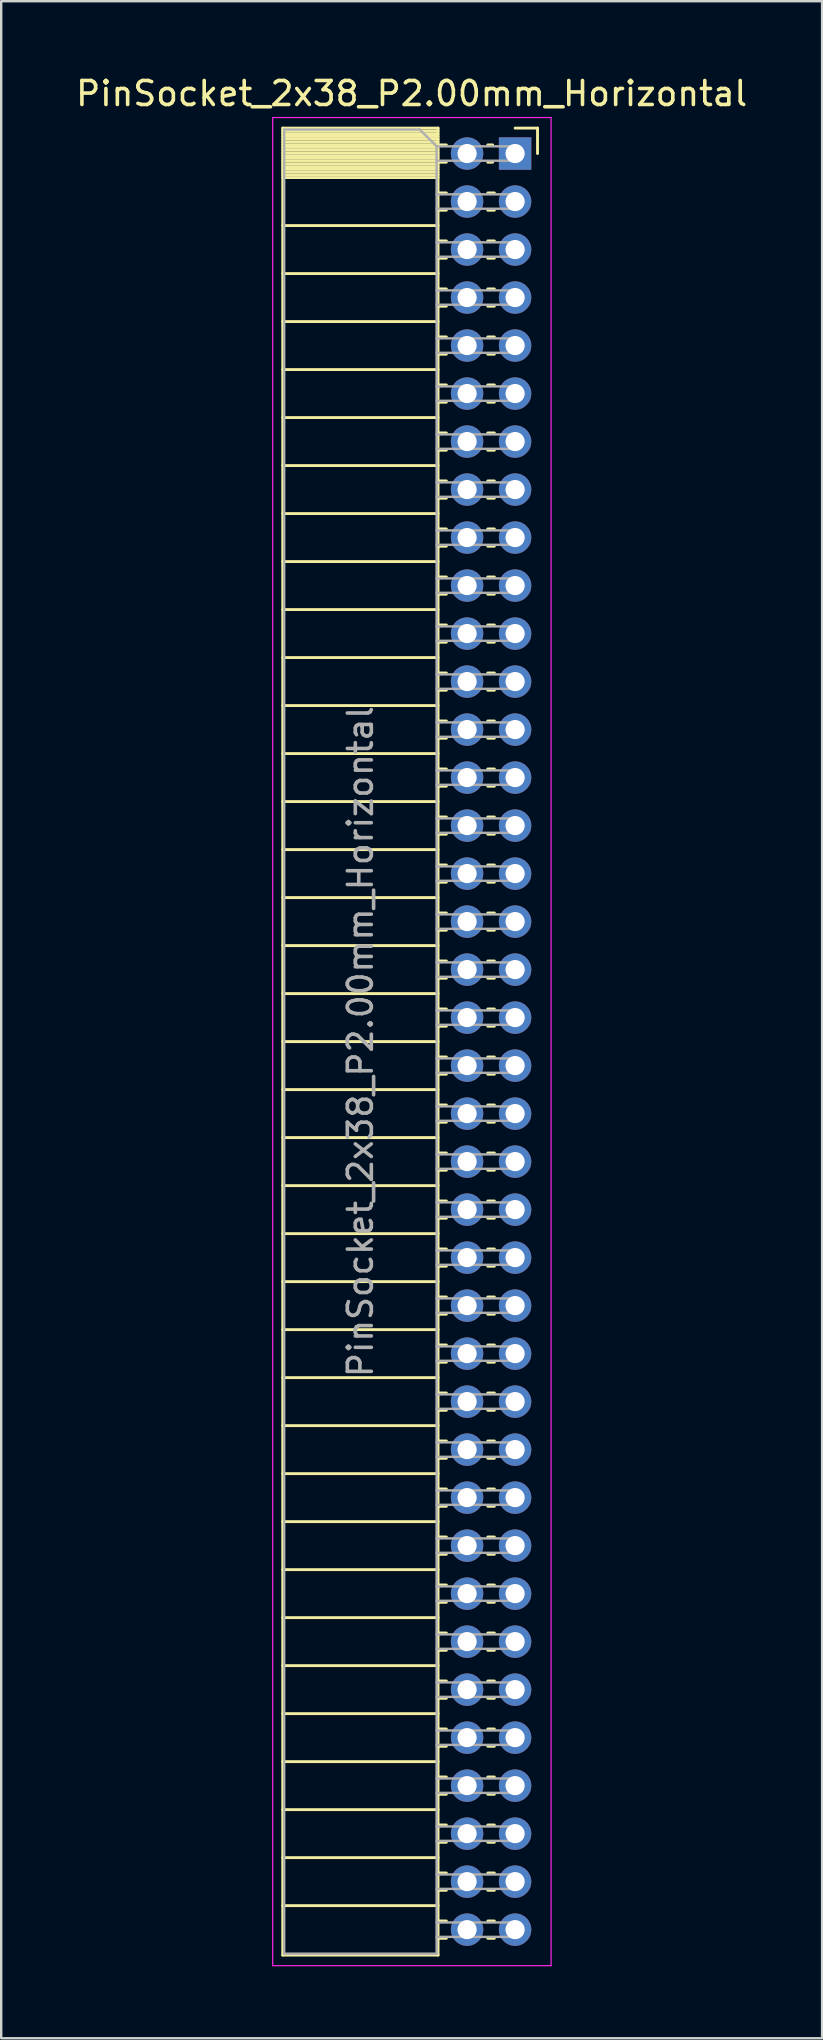
<source format=kicad_pcb>
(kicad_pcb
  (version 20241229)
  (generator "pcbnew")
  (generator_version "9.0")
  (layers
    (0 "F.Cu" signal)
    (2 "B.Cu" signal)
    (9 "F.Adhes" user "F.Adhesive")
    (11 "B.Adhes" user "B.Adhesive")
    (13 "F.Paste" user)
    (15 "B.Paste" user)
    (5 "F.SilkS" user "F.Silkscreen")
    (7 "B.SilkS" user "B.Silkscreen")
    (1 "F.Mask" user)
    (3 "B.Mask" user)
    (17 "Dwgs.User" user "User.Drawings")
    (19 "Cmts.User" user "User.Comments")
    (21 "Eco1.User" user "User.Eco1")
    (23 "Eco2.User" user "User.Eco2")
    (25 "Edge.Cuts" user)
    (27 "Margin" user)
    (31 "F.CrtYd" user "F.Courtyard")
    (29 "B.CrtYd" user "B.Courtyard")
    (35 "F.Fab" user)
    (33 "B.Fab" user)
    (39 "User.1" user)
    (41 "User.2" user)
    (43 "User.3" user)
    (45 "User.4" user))
  (footprint "PinSocket_2x38_P2.00mm_Horizontal"
    (layer "F.Cu")
    (at 18.411 3.348)
    (property "Reference" "PinSocket_2x38_P2.00mm_Horizontal" (at -4.31 -2.5 0) (layer "F.SilkS") (effects (font (size 1 1) (thickness 0.15))))
    (attr through_hole)
    (fp_line (start -9.68 -1.06) (end -9.68 75.06) (stroke (width 0.12) (type solid)) (layer "F.SilkS"))
    (fp_line (start -9.68 -1.06) (end -3.21 -1.06) (stroke (width 0.12) (type solid)) (layer "F.SilkS"))
    (fp_line (start -9.68 -0.94) (end -3.21 -0.94) (stroke (width 0.12) (type solid)) (layer "F.SilkS"))
    (fp_line (start -9.68 -0.826) (end -3.21 -0.826) (stroke (width 0.12) (type solid)) (layer "F.SilkS"))
    (fp_line (start -9.68 -0.712) (end -3.21 -0.712) (stroke (width 0.12) (type solid)) (layer "F.SilkS"))
    (fp_line (start -9.68 -0.598) (end -3.21 -0.598) (stroke (width 0.12) (type solid)) (layer "F.SilkS"))
    (fp_line (start -9.68 -0.484) (end -3.21 -0.484) (stroke (width 0.12) (type solid)) (layer "F.SilkS"))
    (fp_line (start -9.68 -0.369) (end -3.21 -0.369) (stroke (width 0.12) (type solid)) (layer "F.SilkS"))
    (fp_line (start -9.68 -0.255) (end -3.21 -0.255) (stroke (width 0.12) (type solid)) (layer "F.SilkS"))
    (fp_line (start -9.68 -0.141) (end -3.21 -0.141) (stroke (width 0.12) (type solid)) (layer "F.SilkS"))
    (fp_line (start -9.68 -0.027) (end -3.21 -0.027) (stroke (width 0.12) (type solid)) (layer "F.SilkS"))
    (fp_line (start -9.68 0.087) (end -3.21 0.087) (stroke (width 0.12) (type solid)) (layer "F.SilkS"))
    (fp_line (start -9.68 0.201) (end -3.21 0.201) (stroke (width 0.12) (type solid)) (layer "F.SilkS"))
    (fp_line (start -9.68 0.315) (end -3.21 0.315) (stroke (width 0.12) (type solid)) (layer "F.SilkS"))
    (fp_line (start -9.68 0.429) (end -3.21 0.429) (stroke (width 0.12) (type solid)) (layer "F.SilkS"))
    (fp_line (start -9.68 0.544) (end -3.21 0.544) (stroke (width 0.12) (type solid)) (layer "F.SilkS"))
    (fp_line (start -9.68 0.658) (end -3.21 0.658) (stroke (width 0.12) (type solid)) (layer "F.SilkS"))
    (fp_line (start -9.68 0.772) (end -3.21 0.772) (stroke (width 0.12) (type solid)) (layer "F.SilkS"))
    (fp_line (start -9.68 0.886) (end -3.21 0.886) (stroke (width 0.12) (type solid)) (layer "F.SilkS"))
    (fp_line (start -9.68 1) (end -3.21 1) (stroke (width 0.12) (type solid)) (layer "F.SilkS"))
    (fp_line (start -9.68 3) (end -3.21 3) (stroke (width 0.12) (type solid)) (layer "F.SilkS"))
    (fp_line (start -9.68 5) (end -3.21 5) (stroke (width 0.12) (type solid)) (layer "F.SilkS"))
    (fp_line (start -9.68 7) (end -3.21 7) (stroke (width 0.12) (type solid)) (layer "F.SilkS"))
    (fp_line (start -9.68 9) (end -3.21 9) (stroke (width 0.12) (type solid)) (layer "F.SilkS"))
    (fp_line (start -9.68 11) (end -3.21 11) (stroke (width 0.12) (type solid)) (layer "F.SilkS"))
    (fp_line (start -9.68 13) (end -3.21 13) (stroke (width 0.12) (type solid)) (layer "F.SilkS"))
    (fp_line (start -9.68 15) (end -3.21 15) (stroke (width 0.12) (type solid)) (layer "F.SilkS"))
    (fp_line (start -9.68 17) (end -3.21 17) (stroke (width 0.12) (type solid)) (layer "F.SilkS"))
    (fp_line (start -9.68 19) (end -3.21 19) (stroke (width 0.12) (type solid)) (layer "F.SilkS"))
    (fp_line (start -9.68 21) (end -3.21 21) (stroke (width 0.12) (type solid)) (layer "F.SilkS"))
    (fp_line (start -9.68 23) (end -3.21 23) (stroke (width 0.12) (type solid)) (layer "F.SilkS"))
    (fp_line (start -9.68 25) (end -3.21 25) (stroke (width 0.12) (type solid)) (layer "F.SilkS"))
    (fp_line (start -9.68 27) (end -3.21 27) (stroke (width 0.12) (type solid)) (layer "F.SilkS"))
    (fp_line (start -9.68 29) (end -3.21 29) (stroke (width 0.12) (type solid)) (layer "F.SilkS"))
    (fp_line (start -9.68 31) (end -3.21 31) (stroke (width 0.12) (type solid)) (layer "F.SilkS"))
    (fp_line (start -9.68 33) (end -3.21 33) (stroke (width 0.12) (type solid)) (layer "F.SilkS"))
    (fp_line (start -9.68 35) (end -3.21 35) (stroke (width 0.12) (type solid)) (layer "F.SilkS"))
    (fp_line (start -9.68 37) (end -3.21 37) (stroke (width 0.12) (type solid)) (layer "F.SilkS"))
    (fp_line (start -9.68 39) (end -3.21 39) (stroke (width 0.12) (type solid)) (layer "F.SilkS"))
    (fp_line (start -9.68 41) (end -3.21 41) (stroke (width 0.12) (type solid)) (layer "F.SilkS"))
    (fp_line (start -9.68 43) (end -3.21 43) (stroke (width 0.12) (type solid)) (layer "F.SilkS"))
    (fp_line (start -9.68 45) (end -3.21 45) (stroke (width 0.12) (type solid)) (layer "F.SilkS"))
    (fp_line (start -9.68 47) (end -3.21 47) (stroke (width 0.12) (type solid)) (layer "F.SilkS"))
    (fp_line (start -9.68 49) (end -3.21 49) (stroke (width 0.12) (type solid)) (layer "F.SilkS"))
    (fp_line (start -9.68 51) (end -3.21 51) (stroke (width 0.12) (type solid)) (layer "F.SilkS"))
    (fp_line (start -9.68 53) (end -3.21 53) (stroke (width 0.12) (type solid)) (layer "F.SilkS"))
    (fp_line (start -9.68 55) (end -3.21 55) (stroke (width 0.12) (type solid)) (layer "F.SilkS"))
    (fp_line (start -9.68 57) (end -3.21 57) (stroke (width 0.12) (type solid)) (layer "F.SilkS"))
    (fp_line (start -9.68 59) (end -3.21 59) (stroke (width 0.12) (type solid)) (layer "F.SilkS"))
    (fp_line (start -9.68 61) (end -3.21 61) (stroke (width 0.12) (type solid)) (layer "F.SilkS"))
    (fp_line (start -9.68 63) (end -3.21 63) (stroke (width 0.12) (type solid)) (layer "F.SilkS"))
    (fp_line (start -9.68 65) (end -3.21 65) (stroke (width 0.12) (type solid)) (layer "F.SilkS"))
    (fp_line (start -9.68 67) (end -3.21 67) (stroke (width 0.12) (type solid)) (layer "F.SilkS"))
    (fp_line (start -9.68 69) (end -3.21 69) (stroke (width 0.12) (type solid)) (layer "F.SilkS"))
    (fp_line (start -9.68 71) (end -3.21 71) (stroke (width 0.12) (type solid)) (layer "F.SilkS"))
    (fp_line (start -9.68 73) (end -3.21 73) (stroke (width 0.12) (type solid)) (layer "F.SilkS"))
    (fp_line (start -9.68 75.06) (end -3.21 75.06) (stroke (width 0.12) (type solid)) (layer "F.SilkS"))
    (fp_line (start -3.21 -1.06) (end -3.21 75.06) (stroke (width 0.12) (type solid)) (layer "F.SilkS"))
    (fp_line (start -3.21 -0.36) (end -2.863 -0.36) (stroke (width 0.12) (type solid)) (layer "F.SilkS"))
    (fp_line (start -3.21 0.36) (end -2.863 0.36) (stroke (width 0.12) (type solid)) (layer "F.SilkS"))
    (fp_line (start -3.21 1.64) (end -2.863 1.64) (stroke (width 0.12) (type solid)) (layer "F.SilkS"))
    (fp_line (start -3.21 2.36) (end -2.863 2.36) (stroke (width 0.12) (type solid)) (layer "F.SilkS"))
    (fp_line (start -3.21 3.64) (end -2.863 3.64) (stroke (width 0.12) (type solid)) (layer "F.SilkS"))
    (fp_line (start -3.21 4.36) (end -2.863 4.36) (stroke (width 0.12) (type solid)) (layer "F.SilkS"))
    (fp_line (start -3.21 5.64) (end -2.863 5.64) (stroke (width 0.12) (type solid)) (layer "F.SilkS"))
    (fp_line (start -3.21 6.36) (end -2.863 6.36) (stroke (width 0.12) (type solid)) (layer "F.SilkS"))
    (fp_line (start -3.21 7.64) (end -2.863 7.64) (stroke (width 0.12) (type solid)) (layer "F.SilkS"))
    (fp_line (start -3.21 8.36) (end -2.863 8.36) (stroke (width 0.12) (type solid)) (layer "F.SilkS"))
    (fp_line (start -3.21 9.64) (end -2.863 9.64) (stroke (width 0.12) (type solid)) (layer "F.SilkS"))
    (fp_line (start -3.21 10.36) (end -2.863 10.36) (stroke (width 0.12) (type solid)) (layer "F.SilkS"))
    (fp_line (start -3.21 11.64) (end -2.863 11.64) (stroke (width 0.12) (type solid)) (layer "F.SilkS"))
    (fp_line (start -3.21 12.36) (end -2.863 12.36) (stroke (width 0.12) (type solid)) (layer "F.SilkS"))
    (fp_line (start -3.21 13.64) (end -2.863 13.64) (stroke (width 0.12) (type solid)) (layer "F.SilkS"))
    (fp_line (start -3.21 14.36) (end -2.863 14.36) (stroke (width 0.12) (type solid)) (layer "F.SilkS"))
    (fp_line (start -3.21 15.64) (end -2.863 15.64) (stroke (width 0.12) (type solid)) (layer "F.SilkS"))
    (fp_line (start -3.21 16.36) (end -2.863 16.36) (stroke (width 0.12) (type solid)) (layer "F.SilkS"))
    (fp_line (start -3.21 17.64) (end -2.863 17.64) (stroke (width 0.12) (type solid)) (layer "F.SilkS"))
    (fp_line (start -3.21 18.36) (end -2.863 18.36) (stroke (width 0.12) (type solid)) (layer "F.SilkS"))
    (fp_line (start -3.21 19.64) (end -2.863 19.64) (stroke (width 0.12) (type solid)) (layer "F.SilkS"))
    (fp_line (start -3.21 20.36) (end -2.863 20.36) (stroke (width 0.12) (type solid)) (layer "F.SilkS"))
    (fp_line (start -3.21 21.64) (end -2.863 21.64) (stroke (width 0.12) (type solid)) (layer "F.SilkS"))
    (fp_line (start -3.21 22.36) (end -2.863 22.36) (stroke (width 0.12) (type solid)) (layer "F.SilkS"))
    (fp_line (start -3.21 23.64) (end -2.863 23.64) (stroke (width 0.12) (type solid)) (layer "F.SilkS"))
    (fp_line (start -3.21 24.36) (end -2.863 24.36) (stroke (width 0.12) (type solid)) (layer "F.SilkS"))
    (fp_line (start -3.21 25.64) (end -2.863 25.64) (stroke (width 0.12) (type solid)) (layer "F.SilkS"))
    (fp_line (start -3.21 26.36) (end -2.863 26.36) (stroke (width 0.12) (type solid)) (layer "F.SilkS"))
    (fp_line (start -3.21 27.64) (end -2.863 27.64) (stroke (width 0.12) (type solid)) (layer "F.SilkS"))
    (fp_line (start -3.21 28.36) (end -2.863 28.36) (stroke (width 0.12) (type solid)) (layer "F.SilkS"))
    (fp_line (start -3.21 29.64) (end -2.863 29.64) (stroke (width 0.12) (type solid)) (layer "F.SilkS"))
    (fp_line (start -3.21 30.36) (end -2.863 30.36) (stroke (width 0.12) (type solid)) (layer "F.SilkS"))
    (fp_line (start -3.21 31.64) (end -2.863 31.64) (stroke (width 0.12) (type solid)) (layer "F.SilkS"))
    (fp_line (start -3.21 32.36) (end -2.863 32.36) (stroke (width 0.12) (type solid)) (layer "F.SilkS"))
    (fp_line (start -3.21 33.64) (end -2.863 33.64) (stroke (width 0.12) (type solid)) (layer "F.SilkS"))
    (fp_line (start -3.21 34.36) (end -2.863 34.36) (stroke (width 0.12) (type solid)) (layer "F.SilkS"))
    (fp_line (start -3.21 35.64) (end -2.863 35.64) (stroke (width 0.12) (type solid)) (layer "F.SilkS"))
    (fp_line (start -3.21 36.36) (end -2.863 36.36) (stroke (width 0.12) (type solid)) (layer "F.SilkS"))
    (fp_line (start -3.21 37.64) (end -2.863 37.64) (stroke (width 0.12) (type solid)) (layer "F.SilkS"))
    (fp_line (start -3.21 38.36) (end -2.863 38.36) (stroke (width 0.12) (type solid)) (layer "F.SilkS"))
    (fp_line (start -3.21 39.64) (end -2.863 39.64) (stroke (width 0.12) (type solid)) (layer "F.SilkS"))
    (fp_line (start -3.21 40.36) (end -2.863 40.36) (stroke (width 0.12) (type solid)) (layer "F.SilkS"))
    (fp_line (start -3.21 41.64) (end -2.863 41.64) (stroke (width 0.12) (type solid)) (layer "F.SilkS"))
    (fp_line (start -3.21 42.36) (end -2.863 42.36) (stroke (width 0.12) (type solid)) (layer "F.SilkS"))
    (fp_line (start -3.21 43.64) (end -2.863 43.64) (stroke (width 0.12) (type solid)) (layer "F.SilkS"))
    (fp_line (start -3.21 44.36) (end -2.863 44.36) (stroke (width 0.12) (type solid)) (layer "F.SilkS"))
    (fp_line (start -3.21 45.64) (end -2.863 45.64) (stroke (width 0.12) (type solid)) (layer "F.SilkS"))
    (fp_line (start -3.21 46.36) (end -2.863 46.36) (stroke (width 0.12) (type solid)) (layer "F.SilkS"))
    (fp_line (start -3.21 47.64) (end -2.863 47.64) (stroke (width 0.12) (type solid)) (layer "F.SilkS"))
    (fp_line (start -3.21 48.36) (end -2.863 48.36) (stroke (width 0.12) (type solid)) (layer "F.SilkS"))
    (fp_line (start -3.21 49.64) (end -2.863 49.64) (stroke (width 0.12) (type solid)) (layer "F.SilkS"))
    (fp_line (start -3.21 50.36) (end -2.863 50.36) (stroke (width 0.12) (type solid)) (layer "F.SilkS"))
    (fp_line (start -3.21 51.64) (end -2.863 51.64) (stroke (width 0.12) (type solid)) (layer "F.SilkS"))
    (fp_line (start -3.21 52.36) (end -2.863 52.36) (stroke (width 0.12) (type solid)) (layer "F.SilkS"))
    (fp_line (start -3.21 53.64) (end -2.863 53.64) (stroke (width 0.12) (type solid)) (layer "F.SilkS"))
    (fp_line (start -3.21 54.36) (end -2.863 54.36) (stroke (width 0.12) (type solid)) (layer "F.SilkS"))
    (fp_line (start -3.21 55.64) (end -2.863 55.64) (stroke (width 0.12) (type solid)) (layer "F.SilkS"))
    (fp_line (start -3.21 56.36) (end -2.863 56.36) (stroke (width 0.12) (type solid)) (layer "F.SilkS"))
    (fp_line (start -3.21 57.64) (end -2.863 57.64) (stroke (width 0.12) (type solid)) (layer "F.SilkS"))
    (fp_line (start -3.21 58.36) (end -2.863 58.36) (stroke (width 0.12) (type solid)) (layer "F.SilkS"))
    (fp_line (start -3.21 59.64) (end -2.863 59.64) (stroke (width 0.12) (type solid)) (layer "F.SilkS"))
    (fp_line (start -3.21 60.36) (end -2.863 60.36) (stroke (width 0.12) (type solid)) (layer "F.SilkS"))
    (fp_line (start -3.21 61.64) (end -2.863 61.64) (stroke (width 0.12) (type solid)) (layer "F.SilkS"))
    (fp_line (start -3.21 62.36) (end -2.863 62.36) (stroke (width 0.12) (type solid)) (layer "F.SilkS"))
    (fp_line (start -3.21 63.64) (end -2.863 63.64) (stroke (width 0.12) (type solid)) (layer "F.SilkS"))
    (fp_line (start -3.21 64.36) (end -2.863 64.36) (stroke (width 0.12) (type solid)) (layer "F.SilkS"))
    (fp_line (start -3.21 65.64) (end -2.863 65.64) (stroke (width 0.12) (type solid)) (layer "F.SilkS"))
    (fp_line (start -3.21 66.36) (end -2.863 66.36) (stroke (width 0.12) (type solid)) (layer "F.SilkS"))
    (fp_line (start -3.21 67.64) (end -2.863 67.64) (stroke (width 0.12) (type solid)) (layer "F.SilkS"))
    (fp_line (start -3.21 68.36) (end -2.863 68.36) (stroke (width 0.12) (type solid)) (layer "F.SilkS"))
    (fp_line (start -3.21 69.64) (end -2.863 69.64) (stroke (width 0.12) (type solid)) (layer "F.SilkS"))
    (fp_line (start -3.21 70.36) (end -2.863 70.36) (stroke (width 0.12) (type solid)) (layer "F.SilkS"))
    (fp_line (start -3.21 71.64) (end -2.863 71.64) (stroke (width 0.12) (type solid)) (layer "F.SilkS"))
    (fp_line (start -3.21 72.36) (end -2.863 72.36) (stroke (width 0.12) (type solid)) (layer "F.SilkS"))
    (fp_line (start -3.21 73.64) (end -2.863 73.64) (stroke (width 0.12) (type solid)) (layer "F.SilkS"))
    (fp_line (start -3.21 74.36) (end -2.863 74.36) (stroke (width 0.12) (type solid)) (layer "F.SilkS"))
    (fp_line (start -1.137 -0.36) (end -0.935 -0.36) (stroke (width 0.12) (type solid)) (layer "F.SilkS"))
    (fp_line (start -1.137 0.36) (end -0.935 0.36) (stroke (width 0.12) (type solid)) (layer "F.SilkS"))
    (fp_line (start -1.137 1.64) (end -0.863 1.64) (stroke (width 0.12) (type solid)) (layer "F.SilkS"))
    (fp_line (start -1.137 2.36) (end -0.863 2.36) (stroke (width 0.12) (type solid)) (layer "F.SilkS"))
    (fp_line (start -1.137 3.64) (end -0.863 3.64) (stroke (width 0.12) (type solid)) (layer "F.SilkS"))
    (fp_line (start -1.137 4.36) (end -0.863 4.36) (stroke (width 0.12) (type solid)) (layer "F.SilkS"))
    (fp_line (start -1.137 5.64) (end -0.863 5.64) (stroke (width 0.12) (type solid)) (layer "F.SilkS"))
    (fp_line (start -1.137 6.36) (end -0.863 6.36) (stroke (width 0.12) (type solid)) (layer "F.SilkS"))
    (fp_line (start -1.137 7.64) (end -0.863 7.64) (stroke (width 0.12) (type solid)) (layer "F.SilkS"))
    (fp_line (start -1.137 8.36) (end -0.863 8.36) (stroke (width 0.12) (type solid)) (layer "F.SilkS"))
    (fp_line (start -1.137 9.64) (end -0.863 9.64) (stroke (width 0.12) (type solid)) (layer "F.SilkS"))
    (fp_line (start -1.137 10.36) (end -0.863 10.36) (stroke (width 0.12) (type solid)) (layer "F.SilkS"))
    (fp_line (start -1.137 11.64) (end -0.863 11.64) (stroke (width 0.12) (type solid)) (layer "F.SilkS"))
    (fp_line (start -1.137 12.36) (end -0.863 12.36) (stroke (width 0.12) (type solid)) (layer "F.SilkS"))
    (fp_line (start -1.137 13.64) (end -0.863 13.64) (stroke (width 0.12) (type solid)) (layer "F.SilkS"))
    (fp_line (start -1.137 14.36) (end -0.863 14.36) (stroke (width 0.12) (type solid)) (layer "F.SilkS"))
    (fp_line (start -1.137 15.64) (end -0.863 15.64) (stroke (width 0.12) (type solid)) (layer "F.SilkS"))
    (fp_line (start -1.137 16.36) (end -0.863 16.36) (stroke (width 0.12) (type solid)) (layer "F.SilkS"))
    (fp_line (start -1.137 17.64) (end -0.863 17.64) (stroke (width 0.12) (type solid)) (layer "F.SilkS"))
    (fp_line (start -1.137 18.36) (end -0.863 18.36) (stroke (width 0.12) (type solid)) (layer "F.SilkS"))
    (fp_line (start -1.137 19.64) (end -0.863 19.64) (stroke (width 0.12) (type solid)) (layer "F.SilkS"))
    (fp_line (start -1.137 20.36) (end -0.863 20.36) (stroke (width 0.12) (type solid)) (layer "F.SilkS"))
    (fp_line (start -1.137 21.64) (end -0.863 21.64) (stroke (width 0.12) (type solid)) (layer "F.SilkS"))
    (fp_line (start -1.137 22.36) (end -0.863 22.36) (stroke (width 0.12) (type solid)) (layer "F.SilkS"))
    (fp_line (start -1.137 23.64) (end -0.863 23.64) (stroke (width 0.12) (type solid)) (layer "F.SilkS"))
    (fp_line (start -1.137 24.36) (end -0.863 24.36) (stroke (width 0.12) (type solid)) (layer "F.SilkS"))
    (fp_line (start -1.137 25.64) (end -0.863 25.64) (stroke (width 0.12) (type solid)) (layer "F.SilkS"))
    (fp_line (start -1.137 26.36) (end -0.863 26.36) (stroke (width 0.12) (type solid)) (layer "F.SilkS"))
    (fp_line (start -1.137 27.64) (end -0.863 27.64) (stroke (width 0.12) (type solid)) (layer "F.SilkS"))
    (fp_line (start -1.137 28.36) (end -0.863 28.36) (stroke (width 0.12) (type solid)) (layer "F.SilkS"))
    (fp_line (start -1.137 29.64) (end -0.863 29.64) (stroke (width 0.12) (type solid)) (layer "F.SilkS"))
    (fp_line (start -1.137 30.36) (end -0.863 30.36) (stroke (width 0.12) (type solid)) (layer "F.SilkS"))
    (fp_line (start -1.137 31.64) (end -0.863 31.64) (stroke (width 0.12) (type solid)) (layer "F.SilkS"))
    (fp_line (start -1.137 32.36) (end -0.863 32.36) (stroke (width 0.12) (type solid)) (layer "F.SilkS"))
    (fp_line (start -1.137 33.64) (end -0.863 33.64) (stroke (width 0.12) (type solid)) (layer "F.SilkS"))
    (fp_line (start -1.137 34.36) (end -0.863 34.36) (stroke (width 0.12) (type solid)) (layer "F.SilkS"))
    (fp_line (start -1.137 35.64) (end -0.863 35.64) (stroke (width 0.12) (type solid)) (layer "F.SilkS"))
    (fp_line (start -1.137 36.36) (end -0.863 36.36) (stroke (width 0.12) (type solid)) (layer "F.SilkS"))
    (fp_line (start -1.137 37.64) (end -0.863 37.64) (stroke (width 0.12) (type solid)) (layer "F.SilkS"))
    (fp_line (start -1.137 38.36) (end -0.863 38.36) (stroke (width 0.12) (type solid)) (layer "F.SilkS"))
    (fp_line (start -1.137 39.64) (end -0.863 39.64) (stroke (width 0.12) (type solid)) (layer "F.SilkS"))
    (fp_line (start -1.137 40.36) (end -0.863 40.36) (stroke (width 0.12) (type solid)) (layer "F.SilkS"))
    (fp_line (start -1.137 41.64) (end -0.863 41.64) (stroke (width 0.12) (type solid)) (layer "F.SilkS"))
    (fp_line (start -1.137 42.36) (end -0.863 42.36) (stroke (width 0.12) (type solid)) (layer "F.SilkS"))
    (fp_line (start -1.137 43.64) (end -0.863 43.64) (stroke (width 0.12) (type solid)) (layer "F.SilkS"))
    (fp_line (start -1.137 44.36) (end -0.863 44.36) (stroke (width 0.12) (type solid)) (layer "F.SilkS"))
    (fp_line (start -1.137 45.64) (end -0.863 45.64) (stroke (width 0.12) (type solid)) (layer "F.SilkS"))
    (fp_line (start -1.137 46.36) (end -0.863 46.36) (stroke (width 0.12) (type solid)) (layer "F.SilkS"))
    (fp_line (start -1.137 47.64) (end -0.863 47.64) (stroke (width 0.12) (type solid)) (layer "F.SilkS"))
    (fp_line (start -1.137 48.36) (end -0.863 48.36) (stroke (width 0.12) (type solid)) (layer "F.SilkS"))
    (fp_line (start -1.137 49.64) (end -0.863 49.64) (stroke (width 0.12) (type solid)) (layer "F.SilkS"))
    (fp_line (start -1.137 50.36) (end -0.863 50.36) (stroke (width 0.12) (type solid)) (layer "F.SilkS"))
    (fp_line (start -1.137 51.64) (end -0.863 51.64) (stroke (width 0.12) (type solid)) (layer "F.SilkS"))
    (fp_line (start -1.137 52.36) (end -0.863 52.36) (stroke (width 0.12) (type solid)) (layer "F.SilkS"))
    (fp_line (start -1.137 53.64) (end -0.863 53.64) (stroke (width 0.12) (type solid)) (layer "F.SilkS"))
    (fp_line (start -1.137 54.36) (end -0.863 54.36) (stroke (width 0.12) (type solid)) (layer "F.SilkS"))
    (fp_line (start -1.137 55.64) (end -0.863 55.64) (stroke (width 0.12) (type solid)) (layer "F.SilkS"))
    (fp_line (start -1.137 56.36) (end -0.863 56.36) (stroke (width 0.12) (type solid)) (layer "F.SilkS"))
    (fp_line (start -1.137 57.64) (end -0.863 57.64) (stroke (width 0.12) (type solid)) (layer "F.SilkS"))
    (fp_line (start -1.137 58.36) (end -0.863 58.36) (stroke (width 0.12) (type solid)) (layer "F.SilkS"))
    (fp_line (start -1.137 59.64) (end -0.863 59.64) (stroke (width 0.12) (type solid)) (layer "F.SilkS"))
    (fp_line (start -1.137 60.36) (end -0.863 60.36) (stroke (width 0.12) (type solid)) (layer "F.SilkS"))
    (fp_line (start -1.137 61.64) (end -0.863 61.64) (stroke (width 0.12) (type solid)) (layer "F.SilkS"))
    (fp_line (start -1.137 62.36) (end -0.863 62.36) (stroke (width 0.12) (type solid)) (layer "F.SilkS"))
    (fp_line (start -1.137 63.64) (end -0.863 63.64) (stroke (width 0.12) (type solid)) (layer "F.SilkS"))
    (fp_line (start -1.137 64.36) (end -0.863 64.36) (stroke (width 0.12) (type solid)) (layer "F.SilkS"))
    (fp_line (start -1.137 65.64) (end -0.863 65.64) (stroke (width 0.12) (type solid)) (layer "F.SilkS"))
    (fp_line (start -1.137 66.36) (end -0.863 66.36) (stroke (width 0.12) (type solid)) (layer "F.SilkS"))
    (fp_line (start -1.137 67.64) (end -0.863 67.64) (stroke (width 0.12) (type solid)) (layer "F.SilkS"))
    (fp_line (start -1.137 68.36) (end -0.863 68.36) (stroke (width 0.12) (type solid)) (layer "F.SilkS"))
    (fp_line (start -1.137 69.64) (end -0.863 69.64) (stroke (width 0.12) (type solid)) (layer "F.SilkS"))
    (fp_line (start -1.137 70.36) (end -0.863 70.36) (stroke (width 0.12) (type solid)) (layer "F.SilkS"))
    (fp_line (start -1.137 71.64) (end -0.863 71.64) (stroke (width 0.12) (type solid)) (layer "F.SilkS"))
    (fp_line (start -1.137 72.36) (end -0.863 72.36) (stroke (width 0.12) (type solid)) (layer "F.SilkS"))
    (fp_line (start -1.137 73.64) (end -0.863 73.64) (stroke (width 0.12) (type solid)) (layer "F.SilkS"))
    (fp_line (start -1.137 74.36) (end -0.863 74.36) (stroke (width 0.12) (type solid)) (layer "F.SilkS"))
    (fp_line (start 0 -1.06) (end 0.935 -1.06) (stroke (width 0.12) (type solid)) (layer "F.SilkS"))
    (fp_line (start 0.935 -1.06) (end 0.935 0) (stroke (width 0.12) (type solid)) (layer "F.SilkS"))
    (fp_line (start -10.1 -1.5) (end -10.1 75.5) (stroke (width 0.05) (type solid)) (layer "F.CrtYd"))
    (fp_line (start -10.1 75.5) (end 1.5 75.5) (stroke (width 0.05) (type solid)) (layer "F.CrtYd"))
    (fp_line (start 1.5 -1.5) (end -10.1 -1.5) (stroke (width 0.05) (type solid)) (layer "F.CrtYd"))
    (fp_line (start 1.5 75.5) (end 1.5 -1.5) (stroke (width 0.05) (type solid)) (layer "F.CrtYd"))
    (fp_line (start -9.62 -1) (end -3.97 -1) (stroke (width 0.1) (type solid)) (layer "F.Fab"))
    (fp_line (start -9.62 75) (end -9.62 -1) (stroke (width 0.1) (type solid)) (layer "F.Fab"))
    (fp_line (start -3.97 -1) (end -3.27 -0.3) (stroke (width 0.1) (type solid)) (layer "F.Fab"))
    (fp_line (start -3.27 -0.3) (end -3.27 75) (stroke (width 0.1) (type solid)) (layer "F.Fab"))
    (fp_line (start -3.27 0.3) (end 0 0.3) (stroke (width 0.1) (type solid)) (layer "F.Fab"))
    (fp_line (start -3.27 2.3) (end 0 2.3) (stroke (width 0.1) (type solid)) (layer "F.Fab"))
    (fp_line (start -3.27 4.3) (end 0 4.3) (stroke (width 0.1) (type solid)) (layer "F.Fab"))
    (fp_line (start -3.27 6.3) (end 0 6.3) (stroke (width 0.1) (type solid)) (layer "F.Fab"))
    (fp_line (start -3.27 8.3) (end 0 8.3) (stroke (width 0.1) (type solid)) (layer "F.Fab"))
    (fp_line (start -3.27 10.3) (end 0 10.3) (stroke (width 0.1) (type solid)) (layer "F.Fab"))
    (fp_line (start -3.27 12.3) (end 0 12.3) (stroke (width 0.1) (type solid)) (layer "F.Fab"))
    (fp_line (start -3.27 14.3) (end 0 14.3) (stroke (width 0.1) (type solid)) (layer "F.Fab"))
    (fp_line (start -3.27 16.3) (end 0 16.3) (stroke (width 0.1) (type solid)) (layer "F.Fab"))
    (fp_line (start -3.27 18.3) (end 0 18.3) (stroke (width 0.1) (type solid)) (layer "F.Fab"))
    (fp_line (start -3.27 20.3) (end 0 20.3) (stroke (width 0.1) (type solid)) (layer "F.Fab"))
    (fp_line (start -3.27 22.3) (end 0 22.3) (stroke (width 0.1) (type solid)) (layer "F.Fab"))
    (fp_line (start -3.27 24.3) (end 0 24.3) (stroke (width 0.1) (type solid)) (layer "F.Fab"))
    (fp_line (start -3.27 26.3) (end 0 26.3) (stroke (width 0.1) (type solid)) (layer "F.Fab"))
    (fp_line (start -3.27 28.3) (end 0 28.3) (stroke (width 0.1) (type solid)) (layer "F.Fab"))
    (fp_line (start -3.27 30.3) (end 0 30.3) (stroke (width 0.1) (type solid)) (layer "F.Fab"))
    (fp_line (start -3.27 32.3) (end 0 32.3) (stroke (width 0.1) (type solid)) (layer "F.Fab"))
    (fp_line (start -3.27 34.3) (end 0 34.3) (stroke (width 0.1) (type solid)) (layer "F.Fab"))
    (fp_line (start -3.27 36.3) (end 0 36.3) (stroke (width 0.1) (type solid)) (layer "F.Fab"))
    (fp_line (start -3.27 38.3) (end 0 38.3) (stroke (width 0.1) (type solid)) (layer "F.Fab"))
    (fp_line (start -3.27 40.3) (end 0 40.3) (stroke (width 0.1) (type solid)) (layer "F.Fab"))
    (fp_line (start -3.27 42.3) (end 0 42.3) (stroke (width 0.1) (type solid)) (layer "F.Fab"))
    (fp_line (start -3.27 44.3) (end 0 44.3) (stroke (width 0.1) (type solid)) (layer "F.Fab"))
    (fp_line (start -3.27 46.3) (end 0 46.3) (stroke (width 0.1) (type solid)) (layer "F.Fab"))
    (fp_line (start -3.27 48.3) (end 0 48.3) (stroke (width 0.1) (type solid)) (layer "F.Fab"))
    (fp_line (start -3.27 50.3) (end 0 50.3) (stroke (width 0.1) (type solid)) (layer "F.Fab"))
    (fp_line (start -3.27 52.3) (end 0 52.3) (stroke (width 0.1) (type solid)) (layer "F.Fab"))
    (fp_line (start -3.27 54.3) (end 0 54.3) (stroke (width 0.1) (type solid)) (layer "F.Fab"))
    (fp_line (start -3.27 56.3) (end 0 56.3) (stroke (width 0.1) (type solid)) (layer "F.Fab"))
    (fp_line (start -3.27 58.3) (end 0 58.3) (stroke (width 0.1) (type solid)) (layer "F.Fab"))
    (fp_line (start -3.27 60.3) (end 0 60.3) (stroke (width 0.1) (type solid)) (layer "F.Fab"))
    (fp_line (start -3.27 62.3) (end 0 62.3) (stroke (width 0.1) (type solid)) (layer "F.Fab"))
    (fp_line (start -3.27 64.3) (end 0 64.3) (stroke (width 0.1) (type solid)) (layer "F.Fab"))
    (fp_line (start -3.27 66.3) (end 0 66.3) (stroke (width 0.1) (type solid)) (layer "F.Fab"))
    (fp_line (start -3.27 68.3) (end 0 68.3) (stroke (width 0.1) (type solid)) (layer "F.Fab"))
    (fp_line (start -3.27 70.3) (end 0 70.3) (stroke (width 0.1) (type solid)) (layer "F.Fab"))
    (fp_line (start -3.27 72.3) (end 0 72.3) (stroke (width 0.1) (type solid)) (layer "F.Fab"))
    (fp_line (start -3.27 74.3) (end 0 74.3) (stroke (width 0.1) (type solid)) (layer "F.Fab"))
    (fp_line (start -3.27 75) (end -9.62 75) (stroke (width 0.1) (type solid)) (layer "F.Fab"))
    (fp_line (start 0 -0.3) (end -3.27 -0.3) (stroke (width 0.1) (type solid)) (layer "F.Fab"))
    (fp_line (start 0 0.3) (end 0 -0.3) (stroke (width 0.1) (type solid)) (layer "F.Fab"))
    (fp_line (start 0 1.7) (end -3.27 1.7) (stroke (width 0.1) (type solid)) (layer "F.Fab"))
    (fp_line (start 0 2.3) (end 0 1.7) (stroke (width 0.1) (type solid)) (layer "F.Fab"))
    (fp_line (start 0 3.7) (end -3.27 3.7) (stroke (width 0.1) (type solid)) (layer "F.Fab"))
    (fp_line (start 0 4.3) (end 0 3.7) (stroke (width 0.1) (type solid)) (layer "F.Fab"))
    (fp_line (start 0 5.7) (end -3.27 5.7) (stroke (width 0.1) (type solid)) (layer "F.Fab"))
    (fp_line (start 0 6.3) (end 0 5.7) (stroke (width 0.1) (type solid)) (layer "F.Fab"))
    (fp_line (start 0 7.7) (end -3.27 7.7) (stroke (width 0.1) (type solid)) (layer "F.Fab"))
    (fp_line (start 0 8.3) (end 0 7.7) (stroke (width 0.1) (type solid)) (layer "F.Fab"))
    (fp_line (start 0 9.7) (end -3.27 9.7) (stroke (width 0.1) (type solid)) (layer "F.Fab"))
    (fp_line (start 0 10.3) (end 0 9.7) (stroke (width 0.1) (type solid)) (layer "F.Fab"))
    (fp_line (start 0 11.7) (end -3.27 11.7) (stroke (width 0.1) (type solid)) (layer "F.Fab"))
    (fp_line (start 0 12.3) (end 0 11.7) (stroke (width 0.1) (type solid)) (layer "F.Fab"))
    (fp_line (start 0 13.7) (end -3.27 13.7) (stroke (width 0.1) (type solid)) (layer "F.Fab"))
    (fp_line (start 0 14.3) (end 0 13.7) (stroke (width 0.1) (type solid)) (layer "F.Fab"))
    (fp_line (start 0 15.7) (end -3.27 15.7) (stroke (width 0.1) (type solid)) (layer "F.Fab"))
    (fp_line (start 0 16.3) (end 0 15.7) (stroke (width 0.1) (type solid)) (layer "F.Fab"))
    (fp_line (start 0 17.7) (end -3.27 17.7) (stroke (width 0.1) (type solid)) (layer "F.Fab"))
    (fp_line (start 0 18.3) (end 0 17.7) (stroke (width 0.1) (type solid)) (layer "F.Fab"))
    (fp_line (start 0 19.7) (end -3.27 19.7) (stroke (width 0.1) (type solid)) (layer "F.Fab"))
    (fp_line (start 0 20.3) (end 0 19.7) (stroke (width 0.1) (type solid)) (layer "F.Fab"))
    (fp_line (start 0 21.7) (end -3.27 21.7) (stroke (width 0.1) (type solid)) (layer "F.Fab"))
    (fp_line (start 0 22.3) (end 0 21.7) (stroke (width 0.1) (type solid)) (layer "F.Fab"))
    (fp_line (start 0 23.7) (end -3.27 23.7) (stroke (width 0.1) (type solid)) (layer "F.Fab"))
    (fp_line (start 0 24.3) (end 0 23.7) (stroke (width 0.1) (type solid)) (layer "F.Fab"))
    (fp_line (start 0 25.7) (end -3.27 25.7) (stroke (width 0.1) (type solid)) (layer "F.Fab"))
    (fp_line (start 0 26.3) (end 0 25.7) (stroke (width 0.1) (type solid)) (layer "F.Fab"))
    (fp_line (start 0 27.7) (end -3.27 27.7) (stroke (width 0.1) (type solid)) (layer "F.Fab"))
    (fp_line (start 0 28.3) (end 0 27.7) (stroke (width 0.1) (type solid)) (layer "F.Fab"))
    (fp_line (start 0 29.7) (end -3.27 29.7) (stroke (width 0.1) (type solid)) (layer "F.Fab"))
    (fp_line (start 0 30.3) (end 0 29.7) (stroke (width 0.1) (type solid)) (layer "F.Fab"))
    (fp_line (start 0 31.7) (end -3.27 31.7) (stroke (width 0.1) (type solid)) (layer "F.Fab"))
    (fp_line (start 0 32.3) (end 0 31.7) (stroke (width 0.1) (type solid)) (layer "F.Fab"))
    (fp_line (start 0 33.7) (end -3.27 33.7) (stroke (width 0.1) (type solid)) (layer "F.Fab"))
    (fp_line (start 0 34.3) (end 0 33.7) (stroke (width 0.1) (type solid)) (layer "F.Fab"))
    (fp_line (start 0 35.7) (end -3.27 35.7) (stroke (width 0.1) (type solid)) (layer "F.Fab"))
    (fp_line (start 0 36.3) (end 0 35.7) (stroke (width 0.1) (type solid)) (layer "F.Fab"))
    (fp_line (start 0 37.7) (end -3.27 37.7) (stroke (width 0.1) (type solid)) (layer "F.Fab"))
    (fp_line (start 0 38.3) (end 0 37.7) (stroke (width 0.1) (type solid)) (layer "F.Fab"))
    (fp_line (start 0 39.7) (end -3.27 39.7) (stroke (width 0.1) (type solid)) (layer "F.Fab"))
    (fp_line (start 0 40.3) (end 0 39.7) (stroke (width 0.1) (type solid)) (layer "F.Fab"))
    (fp_line (start 0 41.7) (end -3.27 41.7) (stroke (width 0.1) (type solid)) (layer "F.Fab"))
    (fp_line (start 0 42.3) (end 0 41.7) (stroke (width 0.1) (type solid)) (layer "F.Fab"))
    (fp_line (start 0 43.7) (end -3.27 43.7) (stroke (width 0.1) (type solid)) (layer "F.Fab"))
    (fp_line (start 0 44.3) (end 0 43.7) (stroke (width 0.1) (type solid)) (layer "F.Fab"))
    (fp_line (start 0 45.7) (end -3.27 45.7) (stroke (width 0.1) (type solid)) (layer "F.Fab"))
    (fp_line (start 0 46.3) (end 0 45.7) (stroke (width 0.1) (type solid)) (layer "F.Fab"))
    (fp_line (start 0 47.7) (end -3.27 47.7) (stroke (width 0.1) (type solid)) (layer "F.Fab"))
    (fp_line (start 0 48.3) (end 0 47.7) (stroke (width 0.1) (type solid)) (layer "F.Fab"))
    (fp_line (start 0 49.7) (end -3.27 49.7) (stroke (width 0.1) (type solid)) (layer "F.Fab"))
    (fp_line (start 0 50.3) (end 0 49.7) (stroke (width 0.1) (type solid)) (layer "F.Fab"))
    (fp_line (start 0 51.7) (end -3.27 51.7) (stroke (width 0.1) (type solid)) (layer "F.Fab"))
    (fp_line (start 0 52.3) (end 0 51.7) (stroke (width 0.1) (type solid)) (layer "F.Fab"))
    (fp_line (start 0 53.7) (end -3.27 53.7) (stroke (width 0.1) (type solid)) (layer "F.Fab"))
    (fp_line (start 0 54.3) (end 0 53.7) (stroke (width 0.1) (type solid)) (layer "F.Fab"))
    (fp_line (start 0 55.7) (end -3.27 55.7) (stroke (width 0.1) (type solid)) (layer "F.Fab"))
    (fp_line (start 0 56.3) (end 0 55.7) (stroke (width 0.1) (type solid)) (layer "F.Fab"))
    (fp_line (start 0 57.7) (end -3.27 57.7) (stroke (width 0.1) (type solid)) (layer "F.Fab"))
    (fp_line (start 0 58.3) (end 0 57.7) (stroke (width 0.1) (type solid)) (layer "F.Fab"))
    (fp_line (start 0 59.7) (end -3.27 59.7) (stroke (width 0.1) (type solid)) (layer "F.Fab"))
    (fp_line (start 0 60.3) (end 0 59.7) (stroke (width 0.1) (type solid)) (layer "F.Fab"))
    (fp_line (start 0 61.7) (end -3.27 61.7) (stroke (width 0.1) (type solid)) (layer "F.Fab"))
    (fp_line (start 0 62.3) (end 0 61.7) (stroke (width 0.1) (type solid)) (layer "F.Fab"))
    (fp_line (start 0 63.7) (end -3.27 63.7) (stroke (width 0.1) (type solid)) (layer "F.Fab"))
    (fp_line (start 0 64.3) (end 0 63.7) (stroke (width 0.1) (type solid)) (layer "F.Fab"))
    (fp_line (start 0 65.7) (end -3.27 65.7) (stroke (width 0.1) (type solid)) (layer "F.Fab"))
    (fp_line (start 0 66.3) (end 0 65.7) (stroke (width 0.1) (type solid)) (layer "F.Fab"))
    (fp_line (start 0 67.7) (end -3.27 67.7) (stroke (width 0.1) (type solid)) (layer "F.Fab"))
    (fp_line (start 0 68.3) (end 0 67.7) (stroke (width 0.1) (type solid)) (layer "F.Fab"))
    (fp_line (start 0 69.7) (end -3.27 69.7) (stroke (width 0.1) (type solid)) (layer "F.Fab"))
    (fp_line (start 0 70.3) (end 0 69.7) (stroke (width 0.1) (type solid)) (layer "F.Fab"))
    (fp_line (start 0 71.7) (end -3.27 71.7) (stroke (width 0.1) (type solid)) (layer "F.Fab"))
    (fp_line (start 0 72.3) (end 0 71.7) (stroke (width 0.1) (type solid)) (layer "F.Fab"))
    (fp_line (start 0 73.7) (end -3.27 73.7) (stroke (width 0.1) (type solid)) (layer "F.Fab"))
    (fp_line (start 0 74.3) (end 0 73.7) (stroke (width 0.1) (type solid)) (layer "F.Fab"))
    (fp_text user "${REFERENCE}" (at -6.445 37 90) (layer "F.Fab") (effects (font (size 1 1) (thickness 0.15))))
    (pad "1" thru_hole rect (at 0 0) (size 1.35 1.35) (drill 0.8) (layers "*.Cu" "*.Mask"))
    (pad "2" thru_hole circle (at -2 0) (size 1.35 1.35) (drill 0.8) (layers "*.Cu" "*.Mask"))
    (pad "3" thru_hole circle (at 0 2) (size 1.35 1.35) (drill 0.8) (layers "*.Cu" "*.Mask"))
    (pad "4" thru_hole circle (at -2 2) (size 1.35 1.35) (drill 0.8) (layers "*.Cu" "*.Mask"))
    (pad "5" thru_hole circle (at 0 4) (size 1.35 1.35) (drill 0.8) (layers "*.Cu" "*.Mask"))
    (pad "6" thru_hole circle (at -2 4) (size 1.35 1.35) (drill 0.8) (layers "*.Cu" "*.Mask"))
    (pad "7" thru_hole circle (at 0 6) (size 1.35 1.35) (drill 0.8) (layers "*.Cu" "*.Mask"))
    (pad "8" thru_hole circle (at -2 6) (size 1.35 1.35) (drill 0.8) (layers "*.Cu" "*.Mask"))
    (pad "9" thru_hole circle (at 0 8) (size 1.35 1.35) (drill 0.8) (layers "*.Cu" "*.Mask"))
    (pad "10" thru_hole circle (at -2 8) (size 1.35 1.35) (drill 0.8) (layers "*.Cu" "*.Mask"))
    (pad "11" thru_hole circle (at 0 10) (size 1.35 1.35) (drill 0.8) (layers "*.Cu" "*.Mask"))
    (pad "12" thru_hole circle (at -2 10) (size 1.35 1.35) (drill 0.8) (layers "*.Cu" "*.Mask"))
    (pad "13" thru_hole circle (at 0 12) (size 1.35 1.35) (drill 0.8) (layers "*.Cu" "*.Mask"))
    (pad "14" thru_hole circle (at -2 12) (size 1.35 1.35) (drill 0.8) (layers "*.Cu" "*.Mask"))
    (pad "15" thru_hole circle (at 0 14) (size 1.35 1.35) (drill 0.8) (layers "*.Cu" "*.Mask"))
    (pad "16" thru_hole circle (at -2 14) (size 1.35 1.35) (drill 0.8) (layers "*.Cu" "*.Mask"))
    (pad "17" thru_hole circle (at 0 16) (size 1.35 1.35) (drill 0.8) (layers "*.Cu" "*.Mask"))
    (pad "18" thru_hole circle (at -2 16) (size 1.35 1.35) (drill 0.8) (layers "*.Cu" "*.Mask"))
    (pad "19" thru_hole circle (at 0 18) (size 1.35 1.35) (drill 0.8) (layers "*.Cu" "*.Mask"))
    (pad "20" thru_hole circle (at -2 18) (size 1.35 1.35) (drill 0.8) (layers "*.Cu" "*.Mask"))
    (pad "21" thru_hole circle (at 0 20) (size 1.35 1.35) (drill 0.8) (layers "*.Cu" "*.Mask"))
    (pad "22" thru_hole circle (at -2 20) (size 1.35 1.35) (drill 0.8) (layers "*.Cu" "*.Mask"))
    (pad "23" thru_hole circle (at 0 22) (size 1.35 1.35) (drill 0.8) (layers "*.Cu" "*.Mask"))
    (pad "24" thru_hole circle (at -2 22) (size 1.35 1.35) (drill 0.8) (layers "*.Cu" "*.Mask"))
    (pad "25" thru_hole circle (at 0 24) (size 1.35 1.35) (drill 0.8) (layers "*.Cu" "*.Mask"))
    (pad "26" thru_hole circle (at -2 24) (size 1.35 1.35) (drill 0.8) (layers "*.Cu" "*.Mask"))
    (pad "27" thru_hole circle (at 0 26) (size 1.35 1.35) (drill 0.8) (layers "*.Cu" "*.Mask"))
    (pad "28" thru_hole circle (at -2 26) (size 1.35 1.35) (drill 0.8) (layers "*.Cu" "*.Mask"))
    (pad "29" thru_hole circle (at 0 28) (size 1.35 1.35) (drill 0.8) (layers "*.Cu" "*.Mask"))
    (pad "30" thru_hole circle (at -2 28) (size 1.35 1.35) (drill 0.8) (layers "*.Cu" "*.Mask"))
    (pad "31" thru_hole circle (at 0 30) (size 1.35 1.35) (drill 0.8) (layers "*.Cu" "*.Mask"))
    (pad "32" thru_hole circle (at -2 30) (size 1.35 1.35) (drill 0.8) (layers "*.Cu" "*.Mask"))
    (pad "33" thru_hole circle (at 0 32) (size 1.35 1.35) (drill 0.8) (layers "*.Cu" "*.Mask"))
    (pad "34" thru_hole circle (at -2 32) (size 1.35 1.35) (drill 0.8) (layers "*.Cu" "*.Mask"))
    (pad "35" thru_hole circle (at 0 34) (size 1.35 1.35) (drill 0.8) (layers "*.Cu" "*.Mask"))
    (pad "36" thru_hole circle (at -2 34) (size 1.35 1.35) (drill 0.8) (layers "*.Cu" "*.Mask"))
    (pad "37" thru_hole circle (at 0 36) (size 1.35 1.35) (drill 0.8) (layers "*.Cu" "*.Mask"))
    (pad "38" thru_hole circle (at -2 36) (size 1.35 1.35) (drill 0.8) (layers "*.Cu" "*.Mask"))
    (pad "39" thru_hole circle (at 0 38) (size 1.35 1.35) (drill 0.8) (layers "*.Cu" "*.Mask"))
    (pad "40" thru_hole circle (at -2 38) (size 1.35 1.35) (drill 0.8) (layers "*.Cu" "*.Mask"))
    (pad "41" thru_hole circle (at 0 40) (size 1.35 1.35) (drill 0.8) (layers "*.Cu" "*.Mask"))
    (pad "42" thru_hole circle (at -2 40) (size 1.35 1.35) (drill 0.8) (layers "*.Cu" "*.Mask"))
    (pad "43" thru_hole circle (at 0 42) (size 1.35 1.35) (drill 0.8) (layers "*.Cu" "*.Mask"))
    (pad "44" thru_hole circle (at -2 42) (size 1.35 1.35) (drill 0.8) (layers "*.Cu" "*.Mask"))
    (pad "45" thru_hole circle (at 0 44) (size 1.35 1.35) (drill 0.8) (layers "*.Cu" "*.Mask"))
    (pad "46" thru_hole circle (at -2 44) (size 1.35 1.35) (drill 0.8) (layers "*.Cu" "*.Mask"))
    (pad "47" thru_hole circle (at 0 46) (size 1.35 1.35) (drill 0.8) (layers "*.Cu" "*.Mask"))
    (pad "48" thru_hole circle (at -2 46) (size 1.35 1.35) (drill 0.8) (layers "*.Cu" "*.Mask"))
    (pad "49" thru_hole circle (at 0 48) (size 1.35 1.35) (drill 0.8) (layers "*.Cu" "*.Mask"))
    (pad "50" thru_hole circle (at -2 48) (size 1.35 1.35) (drill 0.8) (layers "*.Cu" "*.Mask"))
    (pad "51" thru_hole circle (at 0 50) (size 1.35 1.35) (drill 0.8) (layers "*.Cu" "*.Mask"))
    (pad "52" thru_hole circle (at -2 50) (size 1.35 1.35) (drill 0.8) (layers "*.Cu" "*.Mask"))
    (pad "53" thru_hole circle (at 0 52) (size 1.35 1.35) (drill 0.8) (layers "*.Cu" "*.Mask"))
    (pad "54" thru_hole circle (at -2 52) (size 1.35 1.35) (drill 0.8) (layers "*.Cu" "*.Mask"))
    (pad "55" thru_hole circle (at 0 54) (size 1.35 1.35) (drill 0.8) (layers "*.Cu" "*.Mask"))
    (pad "56" thru_hole circle (at -2 54) (size 1.35 1.35) (drill 0.8) (layers "*.Cu" "*.Mask"))
    (pad "57" thru_hole circle (at 0 56) (size 1.35 1.35) (drill 0.8) (layers "*.Cu" "*.Mask"))
    (pad "58" thru_hole circle (at -2 56) (size 1.35 1.35) (drill 0.8) (layers "*.Cu" "*.Mask"))
    (pad "59" thru_hole circle (at 0 58) (size 1.35 1.35) (drill 0.8) (layers "*.Cu" "*.Mask"))
    (pad "60" thru_hole circle (at -2 58) (size 1.35 1.35) (drill 0.8) (layers "*.Cu" "*.Mask"))
    (pad "61" thru_hole circle (at 0 60) (size 1.35 1.35) (drill 0.8) (layers "*.Cu" "*.Mask"))
    (pad "62" thru_hole circle (at -2 60) (size 1.35 1.35) (drill 0.8) (layers "*.Cu" "*.Mask"))
    (pad "63" thru_hole circle (at 0 62) (size 1.35 1.35) (drill 0.8) (layers "*.Cu" "*.Mask"))
    (pad "64" thru_hole circle (at -2 62) (size 1.35 1.35) (drill 0.8) (layers "*.Cu" "*.Mask"))
    (pad "65" thru_hole circle (at 0 64) (size 1.35 1.35) (drill 0.8) (layers "*.Cu" "*.Mask"))
    (pad "66" thru_hole circle (at -2 64) (size 1.35 1.35) (drill 0.8) (layers "*.Cu" "*.Mask"))
    (pad "67" thru_hole circle (at 0 66) (size 1.35 1.35) (drill 0.8) (layers "*.Cu" "*.Mask"))
    (pad "68" thru_hole circle (at -2 66) (size 1.35 1.35) (drill 0.8) (layers "*.Cu" "*.Mask"))
    (pad "69" thru_hole circle (at 0 68) (size 1.35 1.35) (drill 0.8) (layers "*.Cu" "*.Mask"))
    (pad "70" thru_hole circle (at -2 68) (size 1.35 1.35) (drill 0.8) (layers "*.Cu" "*.Mask"))
    (pad "71" thru_hole circle (at 0 70) (size 1.35 1.35) (drill 0.8) (layers "*.Cu" "*.Mask"))
    (pad "72" thru_hole circle (at -2 70) (size 1.35 1.35) (drill 0.8) (layers "*.Cu" "*.Mask"))
    (pad "73" thru_hole circle (at 0 72) (size 1.35 1.35) (drill 0.8) (layers "*.Cu" "*.Mask"))
    (pad "74" thru_hole circle (at -2 72) (size 1.35 1.35) (drill 0.8) (layers "*.Cu" "*.Mask"))
    (pad "75" thru_hole circle (at 0 74) (size 1.35 1.35) (drill 0.8) (layers "*.Cu" "*.Mask"))
    (pad "76" thru_hole circle (at -2 74) (size 1.35 1.35) (drill 0.8) (layers "*.Cu" "*.Mask")))
  (gr_rect
    (start -3 -3)
    (end 31.202 81.873)
    (stroke (width 0.1) (type default))
    (fill no)
    (layer "Edge.Cuts")))
</source>
